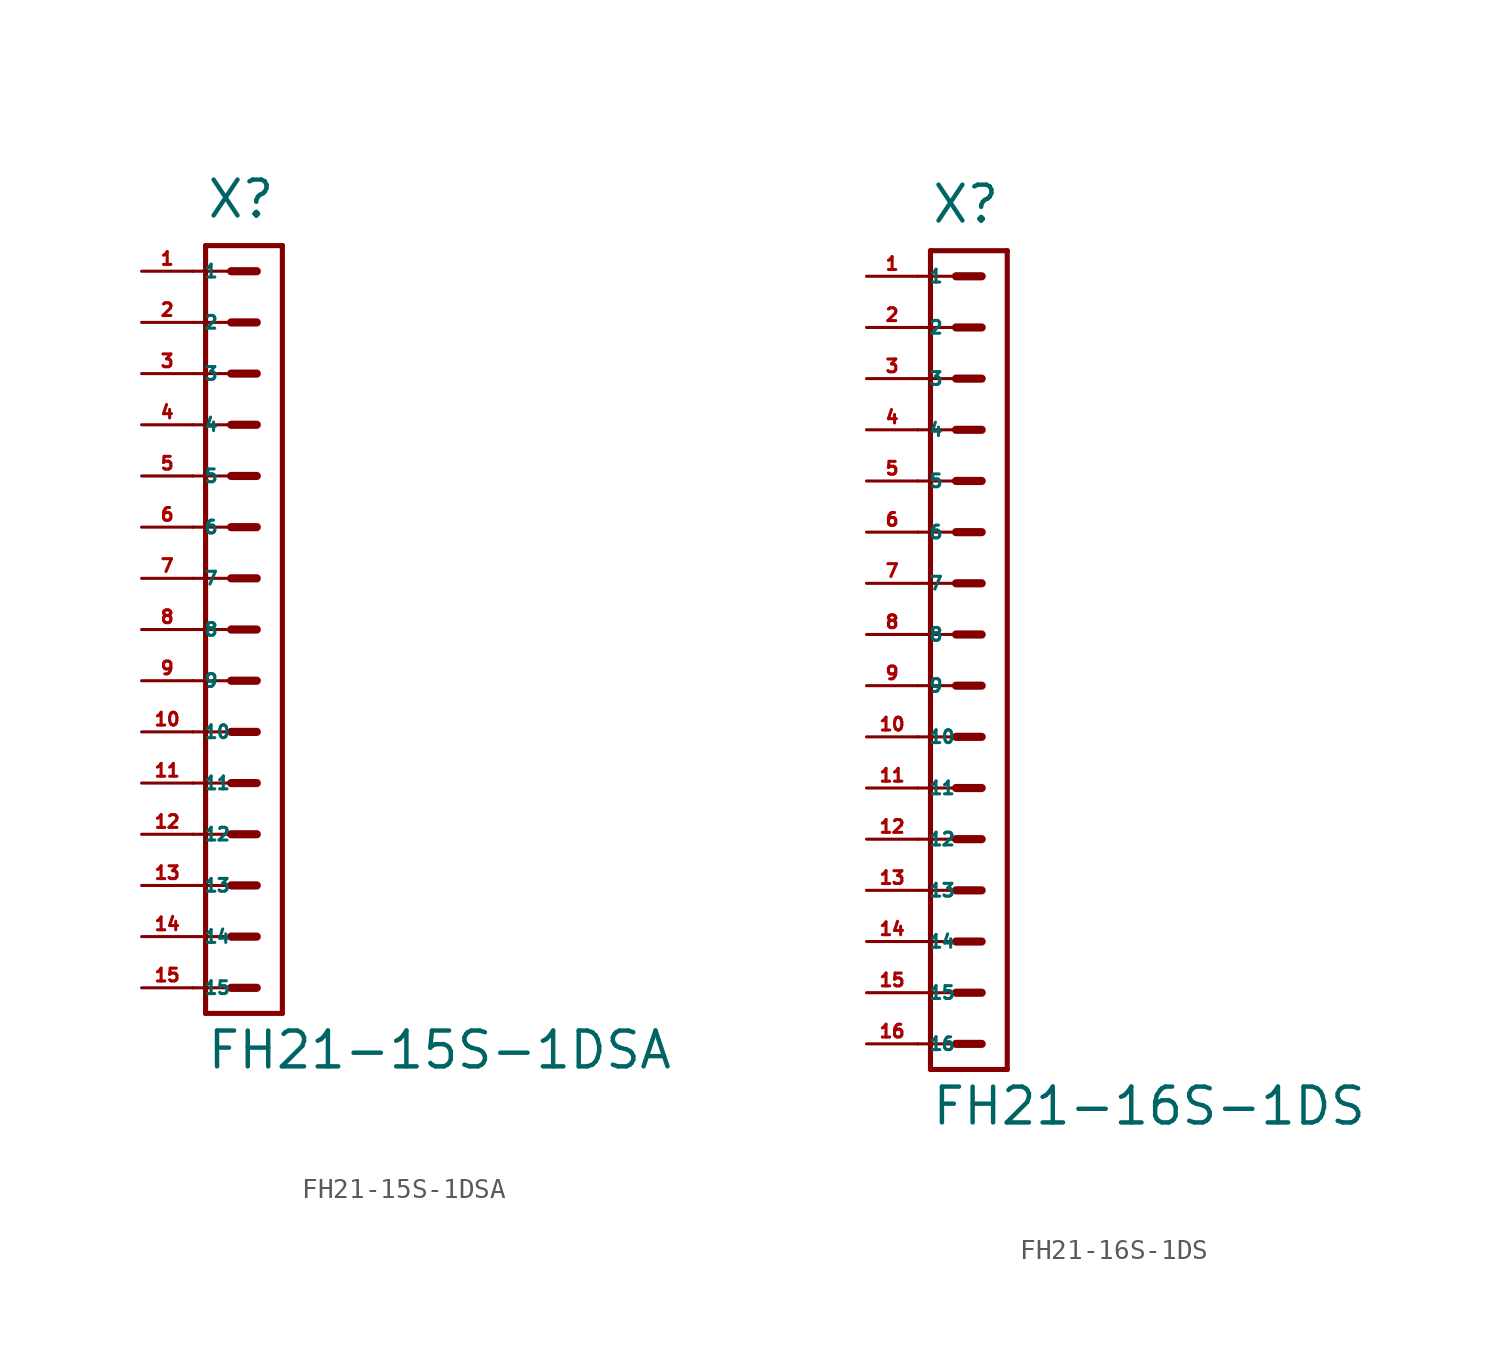
<source format=kicad_sym>
(kicad_symbol_lib
  (version 20220914)
  (generator Eagle2Kicad)
  (symbol "FH21-15S-1DSA"
    (property "Reference" "X"
      (at -1.905 20.32 0)
      (effects (font (size 1.778 1.778) (thickness 0.22)) (justify left bottom)))
    (property "Value" "FH21-15S-1DSA"
      (at -1.905 -21.907 0)
      (effects (font (size 1.778 1.778) (thickness 0.22)) (justify left bottom)))
    (polyline
      (pts (xy 1.905 19.05) (xy -1.905 19.05))
      (stroke (width 0.254) (type default))
      (fill (type none)))
    (polyline
      (pts (xy -1.905 -19.05) (xy -1.905 19.05))
      (stroke (width 0.254) (type default))
      (fill (type none)))
    (polyline
      (pts (xy -1.905 -19.05) (xy 1.905 -19.05))
      (stroke (width 0.254) (type default))
      (fill (type none)))
    (polyline
      (pts (xy 1.905 19.05) (xy 1.905 -19.05))
      (stroke (width 0.254) (type default))
      (fill (type none)))
    (polyline
      (pts (xy -2.54 17.78) (xy -0.635 17.78))
      (stroke (width 0.152) (type default))
      (fill (type none)))
    (polyline
      (pts (xy -2.54 15.24) (xy -0.635 15.24))
      (stroke (width 0.152) (type default))
      (fill (type none)))
    (polyline
      (pts (xy -2.54 12.7) (xy -0.635 12.7))
      (stroke (width 0.152) (type default))
      (fill (type none)))
    (polyline
      (pts (xy -2.54 10.16) (xy -0.635 10.16))
      (stroke (width 0.152) (type default))
      (fill (type none)))
    (polyline
      (pts (xy -2.54 7.62) (xy -0.635 7.62))
      (stroke (width 0.152) (type default))
      (fill (type none)))
    (polyline
      (pts (xy -2.54 5.08) (xy -0.635 5.08))
      (stroke (width 0.152) (type default))
      (fill (type none)))
    (polyline
      (pts (xy -0.635 17.78) (xy 0.635 17.78))
      (stroke (width 0.406) (type default))
      (fill (type none)))
    (polyline
      (pts (xy -0.635 15.24) (xy 0.635 15.24))
      (stroke (width 0.406) (type default))
      (fill (type none)))
    (polyline
      (pts (xy -0.635 12.7) (xy 0.635 12.7))
      (stroke (width 0.406) (type default))
      (fill (type none)))
    (polyline
      (pts (xy -0.635 10.16) (xy 0.635 10.16))
      (stroke (width 0.406) (type default))
      (fill (type none)))
    (polyline
      (pts (xy -0.635 7.62) (xy 0.635 7.62))
      (stroke (width 0.406) (type default))
      (fill (type none)))
    (polyline
      (pts (xy -0.635 5.08) (xy 0.635 5.08))
      (stroke (width 0.406) (type default))
      (fill (type none)))
    (polyline
      (pts (xy -2.54 2.54) (xy -0.635 2.54))
      (stroke (width 0.152) (type default))
      (fill (type none)))
    (polyline
      (pts (xy -2.54 0) (xy -0.635 0))
      (stroke (width 0.152) (type default))
      (fill (type none)))
    (polyline
      (pts (xy -0.635 2.54) (xy 0.635 2.54))
      (stroke (width 0.406) (type default))
      (fill (type none)))
    (polyline
      (pts (xy -0.635 0) (xy 0.635 0))
      (stroke (width 0.406) (type default))
      (fill (type none)))
    (polyline
      (pts (xy -2.54 -2.54) (xy -0.635 -2.54))
      (stroke (width 0.152) (type default))
      (fill (type none)))
    (polyline
      (pts (xy -2.54 -5.08) (xy -0.635 -5.08))
      (stroke (width 0.152) (type default))
      (fill (type none)))
    (polyline
      (pts (xy -0.635 -2.54) (xy 0.635 -2.54))
      (stroke (width 0.406) (type default))
      (fill (type none)))
    (polyline
      (pts (xy -0.635 -5.08) (xy 0.635 -5.08))
      (stroke (width 0.406) (type default))
      (fill (type none)))
    (polyline
      (pts (xy -2.54 -7.62) (xy -0.635 -7.62))
      (stroke (width 0.152) (type default))
      (fill (type none)))
    (polyline
      (pts (xy -2.54 -10.16) (xy -0.635 -10.16))
      (stroke (width 0.152) (type default))
      (fill (type none)))
    (polyline
      (pts (xy -0.635 -7.62) (xy 0.635 -7.62))
      (stroke (width 0.406) (type default))
      (fill (type none)))
    (polyline
      (pts (xy -0.635 -10.16) (xy 0.635 -10.16))
      (stroke (width 0.406) (type default))
      (fill (type none)))
    (polyline
      (pts (xy -2.54 -12.7) (xy -0.635 -12.7))
      (stroke (width 0.152) (type default))
      (fill (type none)))
    (polyline
      (pts (xy -2.54 -15.24) (xy -0.635 -15.24))
      (stroke (width 0.152) (type default))
      (fill (type none)))
    (polyline
      (pts (xy -0.635 -12.7) (xy 0.635 -12.7))
      (stroke (width 0.406) (type default))
      (fill (type none)))
    (polyline
      (pts (xy -0.635 -15.24) (xy 0.635 -15.24))
      (stroke (width 0.406) (type default))
      (fill (type none)))
    (polyline
      (pts (xy -2.54 -17.78) (xy -0.635 -17.78))
      (stroke (width 0.152) (type default))
      (fill (type none)))
    (polyline
      (pts (xy -0.635 -17.78) (xy 0.635 -17.78))
      (stroke (width 0.406) (type default))
      (fill (type none)))
    (pin passive line
      (at -5.08 17.78 0)
      (length 2.54)
      (name "1" (effects (font (size 0.635 0.635) (thickness 0.08)) (justify left bottom)))
      (number "1" (effects (font (size 0.635 0.635) (thickness 0.08)) (justify left bottom))))
    (pin passive line
      (at -5.08 15.24 0)
      (length 2.54)
      (name "2" (effects (font (size 0.635 0.635) (thickness 0.08)) (justify left bottom)))
      (number "2" (effects (font (size 0.635 0.635) (thickness 0.08)) (justify left bottom))))
    (pin passive line
      (at -5.08 12.7 0)
      (length 2.54)
      (name "3" (effects (font (size 0.635 0.635) (thickness 0.08)) (justify left bottom)))
      (number "3" (effects (font (size 0.635 0.635) (thickness 0.08)) (justify left bottom))))
    (pin passive line
      (at -5.08 10.16 0)
      (length 2.54)
      (name "4" (effects (font (size 0.635 0.635) (thickness 0.08)) (justify left bottom)))
      (number "4" (effects (font (size 0.635 0.635) (thickness 0.08)) (justify left bottom))))
    (pin passive line
      (at -5.08 7.62 0)
      (length 2.54)
      (name "5" (effects (font (size 0.635 0.635) (thickness 0.08)) (justify left bottom)))
      (number "5" (effects (font (size 0.635 0.635) (thickness 0.08)) (justify left bottom))))
    (pin passive line
      (at -5.08 5.08 0)
      (length 2.54)
      (name "6" (effects (font (size 0.635 0.635) (thickness 0.08)) (justify left bottom)))
      (number "6" (effects (font (size 0.635 0.635) (thickness 0.08)) (justify left bottom))))
    (pin passive line
      (at -5.08 2.54 0)
      (length 2.54)
      (name "7" (effects (font (size 0.635 0.635) (thickness 0.08)) (justify left bottom)))
      (number "7" (effects (font (size 0.635 0.635) (thickness 0.08)) (justify left bottom))))
    (pin passive line
      (at -5.08 0 0)
      (length 2.54)
      (name "8" (effects (font (size 0.635 0.635) (thickness 0.08)) (justify left bottom)))
      (number "8" (effects (font (size 0.635 0.635) (thickness 0.08)) (justify left bottom))))
    (pin passive line
      (at -5.08 -2.54 0)
      (length 2.54)
      (name "9" (effects (font (size 0.635 0.635) (thickness 0.08)) (justify left bottom)))
      (number "9" (effects (font (size 0.635 0.635) (thickness 0.08)) (justify left bottom))))
    (pin passive line
      (at -5.08 -5.08 0)
      (length 2.54)
      (name "10" (effects (font (size 0.635 0.635) (thickness 0.08)) (justify left bottom)))
      (number "10" (effects (font (size 0.635 0.635) (thickness 0.08)) (justify left bottom))))
    (pin passive line
      (at -5.08 -7.62 0)
      (length 2.54)
      (name "11" (effects (font (size 0.635 0.635) (thickness 0.08)) (justify left bottom)))
      (number "11" (effects (font (size 0.635 0.635) (thickness 0.08)) (justify left bottom))))
    (pin passive line
      (at -5.08 -10.16 0)
      (length 2.54)
      (name "12" (effects (font (size 0.635 0.635) (thickness 0.08)) (justify left bottom)))
      (number "12" (effects (font (size 0.635 0.635) (thickness 0.08)) (justify left bottom))))
    (pin passive line
      (at -5.08 -12.7 0)
      (length 2.54)
      (name "13" (effects (font (size 0.635 0.635) (thickness 0.08)) (justify left bottom)))
      (number "13" (effects (font (size 0.635 0.635) (thickness 0.08)) (justify left bottom))))
    (pin passive line
      (at -5.08 -15.24 0)
      (length 2.54)
      (name "14" (effects (font (size 0.635 0.635) (thickness 0.08)) (justify left bottom)))
      (number "14" (effects (font (size 0.635 0.635) (thickness 0.08)) (justify left bottom))))
    (pin passive line
      (at -5.08 -17.78 0)
      (length 2.54)
      (name "15" (effects (font (size 0.635 0.635) (thickness 0.08)) (justify left bottom)))
      (number "15" (effects (font (size 0.635 0.635) (thickness 0.08)) (justify left bottom)))))
  (symbol "FH21-16S-1DS"
    (property "Reference" "X"
      (at -1.905 20.32 0)
      (effects (font (size 1.778 1.778) (thickness 0.22)) (justify left bottom)))
    (property "Value" "FH21-16S-1DS"
      (at -1.905 -24.448 0)
      (effects (font (size 1.778 1.778) (thickness 0.22)) (justify left bottom)))
    (polyline
      (pts (xy 1.905 19.05) (xy -1.905 19.05))
      (stroke (width 0.254) (type default))
      (fill (type none)))
    (polyline
      (pts (xy -1.905 -21.59) (xy -1.905 19.05))
      (stroke (width 0.254) (type default))
      (fill (type none)))
    (polyline
      (pts (xy -1.905 -21.59) (xy 1.905 -21.59))
      (stroke (width 0.254) (type default))
      (fill (type none)))
    (polyline
      (pts (xy 1.905 19.05) (xy 1.905 -21.59))
      (stroke (width 0.254) (type default))
      (fill (type none)))
    (polyline
      (pts (xy -2.54 17.78) (xy -0.635 17.78))
      (stroke (width 0.152) (type default))
      (fill (type none)))
    (polyline
      (pts (xy -2.54 15.24) (xy -0.635 15.24))
      (stroke (width 0.152) (type default))
      (fill (type none)))
    (polyline
      (pts (xy -2.54 12.7) (xy -0.635 12.7))
      (stroke (width 0.152) (type default))
      (fill (type none)))
    (polyline
      (pts (xy -2.54 10.16) (xy -0.635 10.16))
      (stroke (width 0.152) (type default))
      (fill (type none)))
    (polyline
      (pts (xy -2.54 7.62) (xy -0.635 7.62))
      (stroke (width 0.152) (type default))
      (fill (type none)))
    (polyline
      (pts (xy -2.54 5.08) (xy -0.635 5.08))
      (stroke (width 0.152) (type default))
      (fill (type none)))
    (polyline
      (pts (xy -0.635 17.78) (xy 0.635 17.78))
      (stroke (width 0.406) (type default))
      (fill (type none)))
    (polyline
      (pts (xy -0.635 15.24) (xy 0.635 15.24))
      (stroke (width 0.406) (type default))
      (fill (type none)))
    (polyline
      (pts (xy -0.635 12.7) (xy 0.635 12.7))
      (stroke (width 0.406) (type default))
      (fill (type none)))
    (polyline
      (pts (xy -0.635 10.16) (xy 0.635 10.16))
      (stroke (width 0.406) (type default))
      (fill (type none)))
    (polyline
      (pts (xy -0.635 7.62) (xy 0.635 7.62))
      (stroke (width 0.406) (type default))
      (fill (type none)))
    (polyline
      (pts (xy -0.635 5.08) (xy 0.635 5.08))
      (stroke (width 0.406) (type default))
      (fill (type none)))
    (polyline
      (pts (xy -2.54 2.54) (xy -0.635 2.54))
      (stroke (width 0.152) (type default))
      (fill (type none)))
    (polyline
      (pts (xy -2.54 0) (xy -0.635 0))
      (stroke (width 0.152) (type default))
      (fill (type none)))
    (polyline
      (pts (xy -0.635 2.54) (xy 0.635 2.54))
      (stroke (width 0.406) (type default))
      (fill (type none)))
    (polyline
      (pts (xy -0.635 0) (xy 0.635 0))
      (stroke (width 0.406) (type default))
      (fill (type none)))
    (polyline
      (pts (xy -2.54 -2.54) (xy -0.635 -2.54))
      (stroke (width 0.152) (type default))
      (fill (type none)))
    (polyline
      (pts (xy -2.54 -5.08) (xy -0.635 -5.08))
      (stroke (width 0.152) (type default))
      (fill (type none)))
    (polyline
      (pts (xy -0.635 -2.54) (xy 0.635 -2.54))
      (stroke (width 0.406) (type default))
      (fill (type none)))
    (polyline
      (pts (xy -0.635 -5.08) (xy 0.635 -5.08))
      (stroke (width 0.406) (type default))
      (fill (type none)))
    (polyline
      (pts (xy -2.54 -7.62) (xy -0.635 -7.62))
      (stroke (width 0.152) (type default))
      (fill (type none)))
    (polyline
      (pts (xy -2.54 -10.16) (xy -0.635 -10.16))
      (stroke (width 0.152) (type default))
      (fill (type none)))
    (polyline
      (pts (xy -0.635 -7.62) (xy 0.635 -7.62))
      (stroke (width 0.406) (type default))
      (fill (type none)))
    (polyline
      (pts (xy -0.635 -10.16) (xy 0.635 -10.16))
      (stroke (width 0.406) (type default))
      (fill (type none)))
    (polyline
      (pts (xy -2.54 -12.7) (xy -0.635 -12.7))
      (stroke (width 0.152) (type default))
      (fill (type none)))
    (polyline
      (pts (xy -2.54 -15.24) (xy -0.635 -15.24))
      (stroke (width 0.152) (type default))
      (fill (type none)))
    (polyline
      (pts (xy -0.635 -12.7) (xy 0.635 -12.7))
      (stroke (width 0.406) (type default))
      (fill (type none)))
    (polyline
      (pts (xy -0.635 -15.24) (xy 0.635 -15.24))
      (stroke (width 0.406) (type default))
      (fill (type none)))
    (polyline
      (pts (xy -2.54 -17.78) (xy -0.635 -17.78))
      (stroke (width 0.152) (type default))
      (fill (type none)))
    (polyline
      (pts (xy -2.54 -20.32) (xy -0.635 -20.32))
      (stroke (width 0.152) (type default))
      (fill (type none)))
    (polyline
      (pts (xy -0.635 -17.78) (xy 0.635 -17.78))
      (stroke (width 0.406) (type default))
      (fill (type none)))
    (polyline
      (pts (xy -0.635 -20.32) (xy 0.635 -20.32))
      (stroke (width 0.406) (type default))
      (fill (type none)))
    (pin passive line
      (at -5.08 17.78 0)
      (length 2.54)
      (name "1" (effects (font (size 0.635 0.635) (thickness 0.08)) (justify left bottom)))
      (number "1" (effects (font (size 0.635 0.635) (thickness 0.08)) (justify left bottom))))
    (pin passive line
      (at -5.08 15.24 0)
      (length 2.54)
      (name "2" (effects (font (size 0.635 0.635) (thickness 0.08)) (justify left bottom)))
      (number "2" (effects (font (size 0.635 0.635) (thickness 0.08)) (justify left bottom))))
    (pin passive line
      (at -5.08 12.7 0)
      (length 2.54)
      (name "3" (effects (font (size 0.635 0.635) (thickness 0.08)) (justify left bottom)))
      (number "3" (effects (font (size 0.635 0.635) (thickness 0.08)) (justify left bottom))))
    (pin passive line
      (at -5.08 10.16 0)
      (length 2.54)
      (name "4" (effects (font (size 0.635 0.635) (thickness 0.08)) (justify left bottom)))
      (number "4" (effects (font (size 0.635 0.635) (thickness 0.08)) (justify left bottom))))
    (pin passive line
      (at -5.08 7.62 0)
      (length 2.54)
      (name "5" (effects (font (size 0.635 0.635) (thickness 0.08)) (justify left bottom)))
      (number "5" (effects (font (size 0.635 0.635) (thickness 0.08)) (justify left bottom))))
    (pin passive line
      (at -5.08 5.08 0)
      (length 2.54)
      (name "6" (effects (font (size 0.635 0.635) (thickness 0.08)) (justify left bottom)))
      (number "6" (effects (font (size 0.635 0.635) (thickness 0.08)) (justify left bottom))))
    (pin passive line
      (at -5.08 2.54 0)
      (length 2.54)
      (name "7" (effects (font (size 0.635 0.635) (thickness 0.08)) (justify left bottom)))
      (number "7" (effects (font (size 0.635 0.635) (thickness 0.08)) (justify left bottom))))
    (pin passive line
      (at -5.08 0 0)
      (length 2.54)
      (name "8" (effects (font (size 0.635 0.635) (thickness 0.08)) (justify left bottom)))
      (number "8" (effects (font (size 0.635 0.635) (thickness 0.08)) (justify left bottom))))
    (pin passive line
      (at -5.08 -2.54 0)
      (length 2.54)
      (name "9" (effects (font (size 0.635 0.635) (thickness 0.08)) (justify left bottom)))
      (number "9" (effects (font (size 0.635 0.635) (thickness 0.08)) (justify left bottom))))
    (pin passive line
      (at -5.08 -5.08 0)
      (length 2.54)
      (name "10" (effects (font (size 0.635 0.635) (thickness 0.08)) (justify left bottom)))
      (number "10" (effects (font (size 0.635 0.635) (thickness 0.08)) (justify left bottom))))
    (pin passive line
      (at -5.08 -7.62 0)
      (length 2.54)
      (name "11" (effects (font (size 0.635 0.635) (thickness 0.08)) (justify left bottom)))
      (number "11" (effects (font (size 0.635 0.635) (thickness 0.08)) (justify left bottom))))
    (pin passive line
      (at -5.08 -10.16 0)
      (length 2.54)
      (name "12" (effects (font (size 0.635 0.635) (thickness 0.08)) (justify left bottom)))
      (number "12" (effects (font (size 0.635 0.635) (thickness 0.08)) (justify left bottom))))
    (pin passive line
      (at -5.08 -12.7 0)
      (length 2.54)
      (name "13" (effects (font (size 0.635 0.635) (thickness 0.08)) (justify left bottom)))
      (number "13" (effects (font (size 0.635 0.635) (thickness 0.08)) (justify left bottom))))
    (pin passive line
      (at -5.08 -15.24 0)
      (length 2.54)
      (name "14" (effects (font (size 0.635 0.635) (thickness 0.08)) (justify left bottom)))
      (number "14" (effects (font (size 0.635 0.635) (thickness 0.08)) (justify left bottom))))
    (pin passive line
      (at -5.08 -17.78 0)
      (length 2.54)
      (name "15" (effects (font (size 0.635 0.635) (thickness 0.08)) (justify left bottom)))
      (number "15" (effects (font (size 0.635 0.635) (thickness 0.08)) (justify left bottom))))
    (pin passive line
      (at -5.08 -20.32 0)
      (length 2.54)
      (name "16" (effects (font (size 0.635 0.635) (thickness 0.08)) (justify left bottom)))
      (number "16" (effects (font (size 0.635 0.635) (thickness 0.08)) (justify left bottom))))))
</source>
